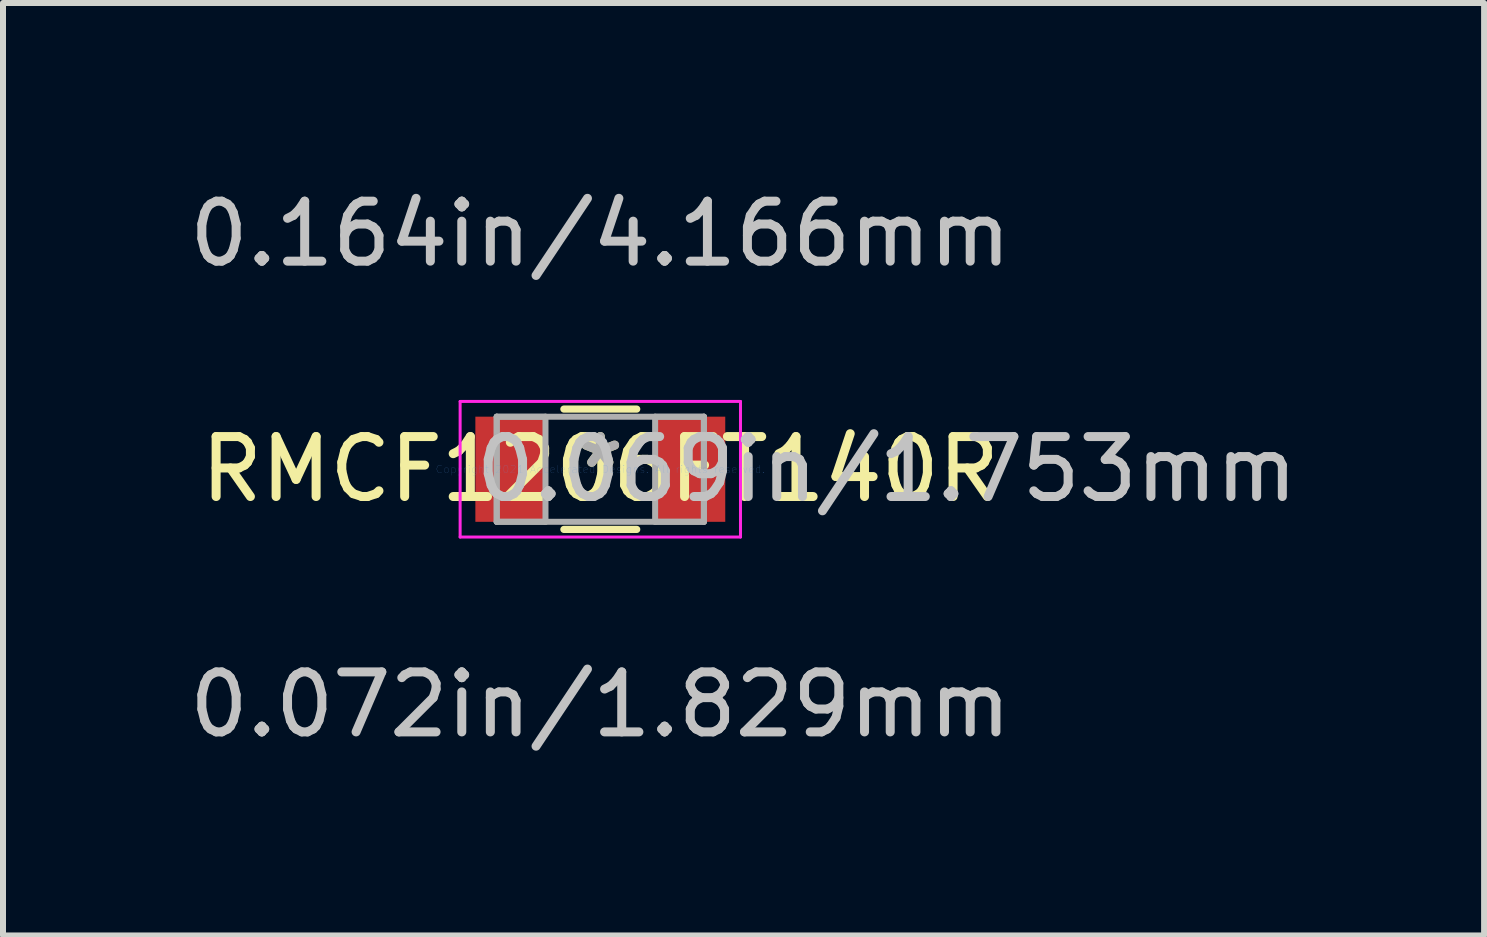
<source format=kicad_pcb>
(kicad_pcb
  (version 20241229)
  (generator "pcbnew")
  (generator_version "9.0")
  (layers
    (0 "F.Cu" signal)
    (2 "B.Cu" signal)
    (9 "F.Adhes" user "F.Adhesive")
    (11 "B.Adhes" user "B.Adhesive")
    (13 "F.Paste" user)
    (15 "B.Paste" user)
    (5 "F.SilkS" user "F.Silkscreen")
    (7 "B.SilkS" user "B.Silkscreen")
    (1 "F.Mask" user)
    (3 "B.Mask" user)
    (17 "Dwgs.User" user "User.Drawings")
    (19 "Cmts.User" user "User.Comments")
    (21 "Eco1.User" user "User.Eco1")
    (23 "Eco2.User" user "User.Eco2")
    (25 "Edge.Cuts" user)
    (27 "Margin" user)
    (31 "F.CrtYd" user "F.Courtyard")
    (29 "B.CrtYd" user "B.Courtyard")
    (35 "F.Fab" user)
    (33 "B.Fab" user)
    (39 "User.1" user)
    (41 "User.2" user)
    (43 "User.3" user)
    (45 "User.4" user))
  (footprint "RMCF1206FT140R"
    (layer "F.Cu")
    (at 6.958 4.773)
    (property "Reference" "RMCF1206FT140R" (at 0 0 0) (layer "F.SilkS") (effects (font (size 1 1) (thickness 0.15))))
    (attr through_hole)
    (fp_line (start -0.607 1.003) (end 0.607 1.003) (stroke (width 0.12) (type solid)) (layer "F.SilkS"))
    (fp_line (start 0.607 -1.003) (end -0.607 -1.003) (stroke (width 0.12) (type solid)) (layer "F.SilkS"))
    (fp_line (start -2.337 -1.13) (end 2.337 -1.13) (stroke (width 0.05) (type solid)) (layer "F.CrtYd"))
    (fp_line (start -2.337 1.13) (end -2.337 -1.13) (stroke (width 0.05) (type solid)) (layer "F.CrtYd"))
    (fp_line (start 2.337 -1.13) (end 2.337 1.13) (stroke (width 0.05) (type solid)) (layer "F.CrtYd"))
    (fp_line (start 2.337 1.13) (end -2.337 1.13) (stroke (width 0.05) (type solid)) (layer "F.CrtYd"))
    (fp_line (start -1.727 -0.876) (end -1.727 0.876) (stroke (width 0.1) (type solid)) (layer "F.Fab"))
    (fp_line (start -1.727 -0.876) (end -1.727 0.876) (stroke (width 0.1) (type solid)) (layer "F.Fab"))
    (fp_line (start -1.727 0.876) (end -0.914 0.876) (stroke (width 0.1) (type solid)) (layer "F.Fab"))
    (fp_line (start -1.727 0.876) (end 1.727 0.876) (stroke (width 0.1) (type solid)) (layer "F.Fab"))
    (fp_line (start -0.914 -0.876) (end -1.727 -0.876) (stroke (width 0.1) (type solid)) (layer "F.Fab"))
    (fp_line (start -0.914 0.876) (end -0.914 -0.876) (stroke (width 0.1) (type solid)) (layer "F.Fab"))
    (fp_line (start 0.914 -0.876) (end 0.914 0.876) (stroke (width 0.1) (type solid)) (layer "F.Fab"))
    (fp_line (start 0.914 0.876) (end 1.727 0.876) (stroke (width 0.1) (type solid)) (layer "F.Fab"))
    (fp_line (start 1.727 -0.876) (end -1.727 -0.876) (stroke (width 0.1) (type solid)) (layer "F.Fab"))
    (fp_line (start 1.727 -0.876) (end 0.914 -0.876) (stroke (width 0.1) (type solid)) (layer "F.Fab"))
    (fp_line (start 1.727 0.876) (end 1.727 -0.876) (stroke (width 0.1) (type solid)) (layer "F.Fab"))
    (fp_line (start 1.727 0.876) (end 1.727 -0.876) (stroke (width 0.1) (type solid)) (layer "F.Fab"))
    (fp_text user "*" (at 0 0 0) (layer "F.SilkS") (effects (font (size 1 1) (thickness 0.15))))
    (fp_text user "0.072in/1.829mm" (at 0 3.924 0) (layer "Dwgs.User") (effects (font (size 1 1) (thickness 0.15))))
    (fp_text user "0.164in/4.166mm" (at 0 -3.924 0) (layer "Dwgs.User") (effects (font (size 1 1) (thickness 0.15))))
    (fp_text user "0.069in/1.753mm" (at 4.775 0 0) (layer "Dwgs.User") (effects (font (size 1 1) (thickness 0.15))))
    (fp_text user "Copyright 2021 Accelerated Designs. All rights reserved." (at 0 0 0) (layer "Cmts.User") (effects (font (size 0.127 0.127) (thickness 0.002))))
    (fp_text user "*" (at 0 0 0) (layer "F.Fab") (effects (font (size 1 1) (thickness 0.15))))
    (pad "1" smd rect (at -1.499 0) (size 1.168 1.753) (layers "F.Cu" "F.Mask" "F.Paste"))
    (pad "2" smd rect (at 1.499 0) (size 1.168 1.753) (layers "F.Cu" "F.Mask" "F.Paste")))
  (gr_rect
    (start -3 -3)
    (end 21.692 12.545)
    (stroke (width 0.1) (type default))
    (fill no)
    (layer "Edge.Cuts")))
</source>
